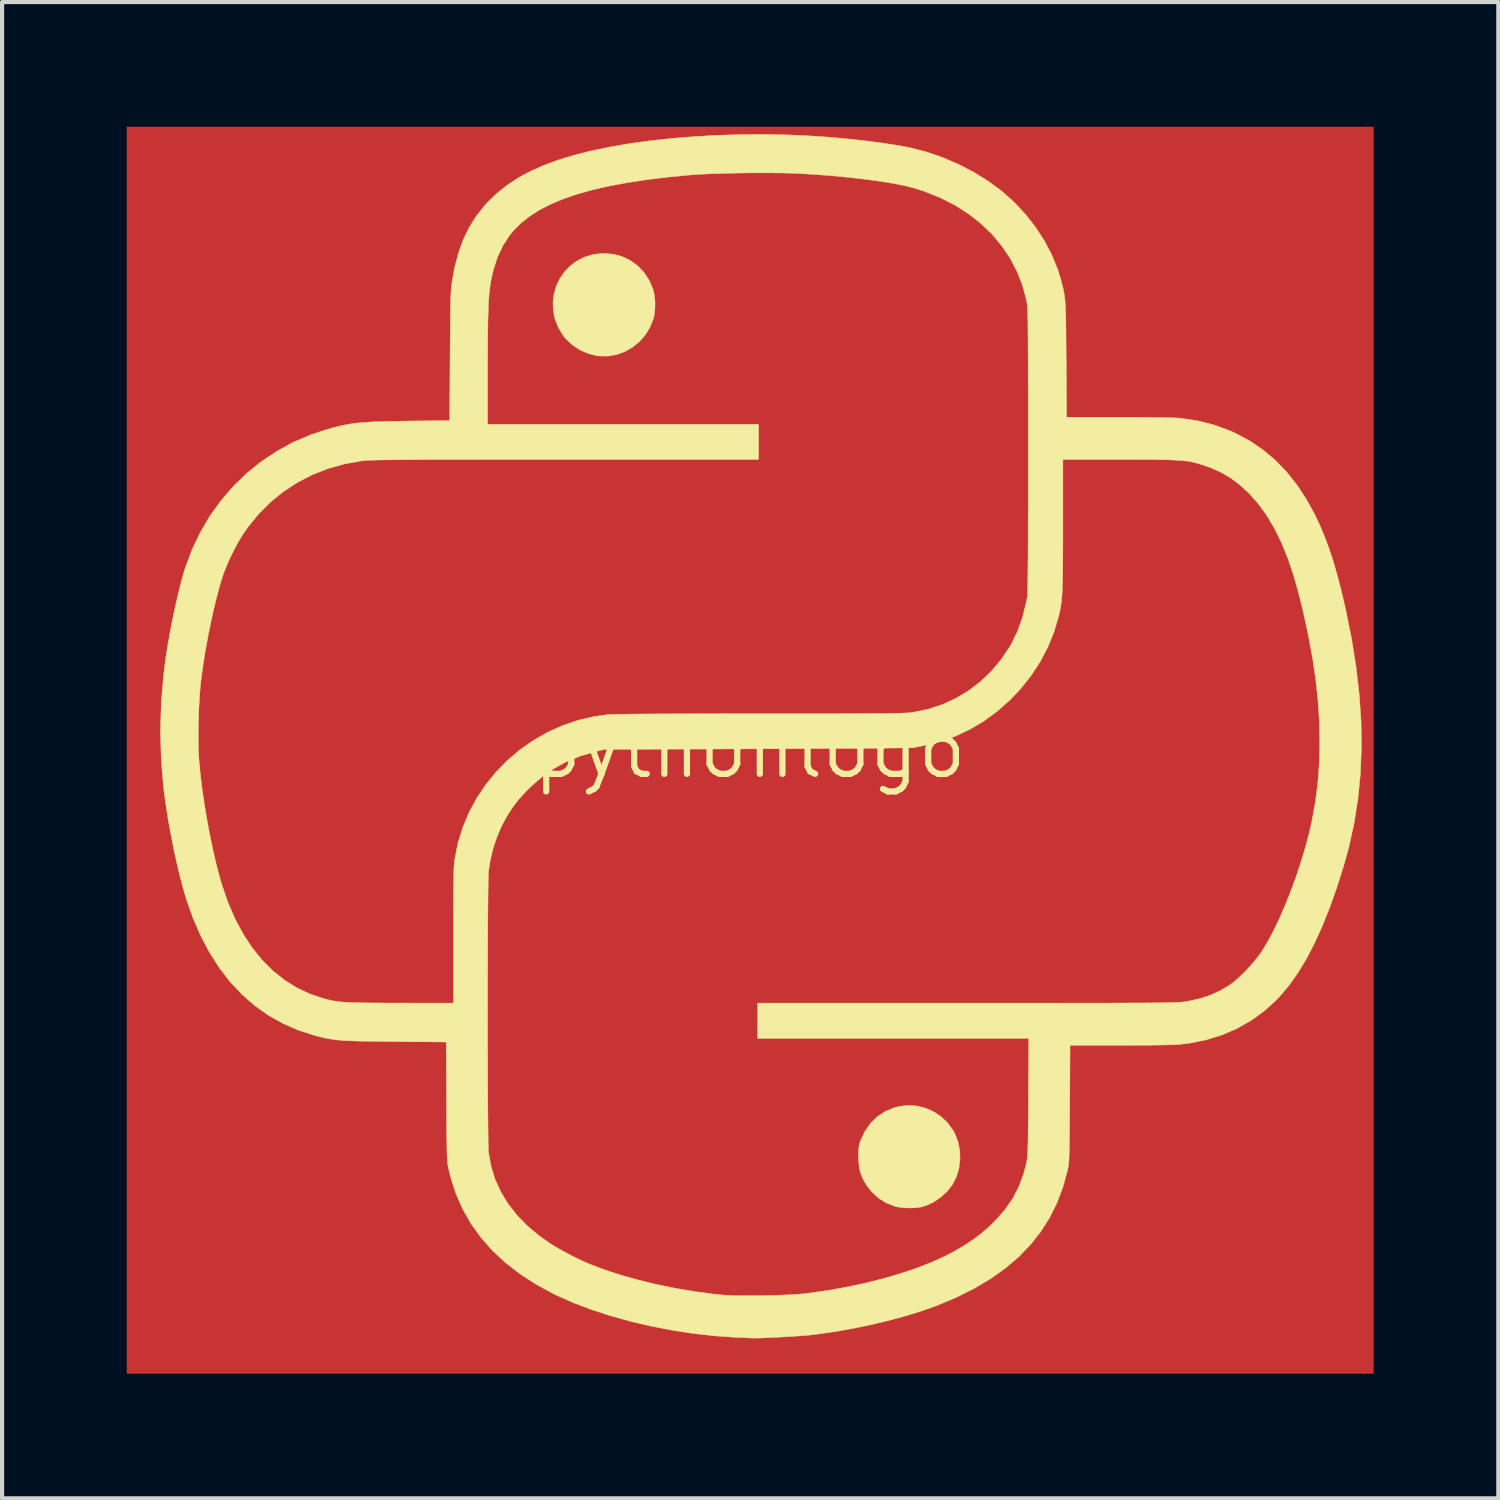
<source format=kicad_pcb>
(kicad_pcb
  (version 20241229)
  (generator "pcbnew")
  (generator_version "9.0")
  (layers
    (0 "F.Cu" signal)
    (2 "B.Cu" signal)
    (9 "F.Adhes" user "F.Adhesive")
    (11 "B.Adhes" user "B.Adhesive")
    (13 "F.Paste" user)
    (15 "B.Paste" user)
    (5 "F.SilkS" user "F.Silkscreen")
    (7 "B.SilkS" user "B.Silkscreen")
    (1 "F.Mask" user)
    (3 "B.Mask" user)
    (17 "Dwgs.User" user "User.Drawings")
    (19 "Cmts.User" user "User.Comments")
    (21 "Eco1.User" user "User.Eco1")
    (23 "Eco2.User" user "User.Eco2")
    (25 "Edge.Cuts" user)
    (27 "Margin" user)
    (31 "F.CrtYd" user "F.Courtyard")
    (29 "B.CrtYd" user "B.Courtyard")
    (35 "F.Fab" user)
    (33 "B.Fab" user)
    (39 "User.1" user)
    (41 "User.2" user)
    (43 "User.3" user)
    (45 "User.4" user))
  (footprint "pythonlogo"
    (layer "F.Cu")
    (at 14.991 14.991)
    (property "Reference" "pythonlogo" (at 0 0 0) (layer "F.SilkS") (effects (font (size 1.27 1.27) (thickness 0.15))))
    (attr through_hole)
    (fp_poly (pts (xy 15.007 15.007) (xy -14.986 15.007) (xy -14.986 -14.986) (xy 15.007 -14.986) (xy 15.007 15.007)) (stroke (width 0.01) (type solid)) (fill yes) (layer "F.Cu"))
    (fp_poly (pts (xy 9.171 -7.006) (xy 9.42 -7.005) (xy 9.633 -7.005) (xy 9.815 -7.003) (xy 9.968 -7.001) (xy 10.095 -6.998) (xy 10.201 -6.995) (xy 10.288 -6.991) (xy 10.36 -6.986) (xy 10.421 -6.98) (xy 10.471 -6.973) (xy 10.811 -6.903) (xy 11.132 -6.794) (xy 11.433 -6.649) (xy 11.714 -6.466) (xy 11.975 -6.246) (xy 12.215 -5.989) (xy 12.436 -5.695) (xy 12.538 -5.535) (xy 12.671 -5.299) (xy 12.795 -5.046) (xy 12.91 -4.773) (xy 13.02 -4.474) (xy 13.124 -4.147) (xy 13.224 -3.786) (xy 13.323 -3.388) (xy 13.336 -3.332) (xy 13.437 -2.874) (xy 13.522 -2.446) (xy 13.591 -2.042) (xy 13.645 -1.653) (xy 13.685 -1.272) (xy 13.713 -0.892) (xy 13.729 -0.505) (xy 13.731 -0.423) (xy 13.732 0.026) (xy 13.716 0.457) (xy 13.681 0.876) (xy 13.627 1.288) (xy 13.551 1.7) (xy 13.453 2.118) (xy 13.333 2.549) (xy 13.187 3) (xy 13.016 3.475) (xy 12.985 3.556) (xy 12.818 3.967) (xy 12.644 4.337) (xy 12.461 4.668) (xy 12.27 4.961) (xy 12.068 5.218) (xy 11.855 5.439) (xy 11.629 5.627) (xy 11.389 5.783) (xy 11.133 5.907) (xy 10.869 6) (xy 10.827 6.013) (xy 10.789 6.024) (xy 10.752 6.035) (xy 10.714 6.044) (xy 10.675 6.053) (xy 10.633 6.061) (xy 10.585 6.069) (xy 10.53 6.076) (xy 10.467 6.082) (xy 10.394 6.087) (xy 10.309 6.092) (xy 10.211 6.096) (xy 10.097 6.1) (xy 9.967 6.103) (xy 9.818 6.106) (xy 9.65 6.108) (xy 9.459 6.11) (xy 9.245 6.112) (xy 9.006 6.113) (xy 8.74 6.114) (xy 8.446 6.115) (xy 8.121 6.116) (xy 7.765 6.116) (xy 7.376 6.116) (xy 6.951 6.117) (xy 6.49 6.117) (xy 5.99 6.117) (xy 5.451 6.117) (xy 5.233 6.117) (xy 0.212 6.117) (xy 0.212 6.921) (xy 6.734 6.921) (xy 6.725 8.345) (xy 6.724 8.626) (xy 6.722 8.868) (xy 6.721 9.075) (xy 6.719 9.25) (xy 6.717 9.396) (xy 6.714 9.517) (xy 6.711 9.616) (xy 6.708 9.697) (xy 6.703 9.763) (xy 6.698 9.818) (xy 6.692 9.864) (xy 6.685 9.906) (xy 6.677 9.947) (xy 6.671 9.975) (xy 6.579 10.298) (xy 6.452 10.604) (xy 6.291 10.893) (xy 6.094 11.164) (xy 5.862 11.418) (xy 5.593 11.656) (xy 5.288 11.877) (xy 4.945 12.083) (xy 4.565 12.273) (xy 4.147 12.447) (xy 3.69 12.607) (xy 3.195 12.752) (xy 2.66 12.882) (xy 2.434 12.93) (xy 2.113 12.993) (xy 1.818 13.044) (xy 1.538 13.084) (xy 1.262 13.114) (xy 0.978 13.134) (xy 0.676 13.148) (xy 0.345 13.155) (xy 0.307 13.155) (xy 0.138 13.156) (xy -0.02 13.157) (xy -0.162 13.157) (xy -0.281 13.157) (xy -0.372 13.156) (xy -0.43 13.154) (xy -0.445 13.153) (xy -0.494 13.148) (xy -0.575 13.141) (xy -0.676 13.132) (xy -0.783 13.123) (xy -1.148 13.083) (xy -1.532 13.027) (xy -1.927 12.954) (xy -2.326 12.868) (xy -2.72 12.769) (xy -3.101 12.661) (xy -3.462 12.545) (xy -3.794 12.423) (xy -4.006 12.334) (xy -4.412 12.138) (xy -4.779 11.925) (xy -5.108 11.694) (xy -5.398 11.447) (xy -5.65 11.182) (xy -5.863 10.901) (xy -6.037 10.602) (xy -6.172 10.287) (xy -6.268 9.959) (xy -6.317 9.747) (xy -6.317 9.706) (xy 2.631 9.706) (xy 2.634 9.922) (xy 2.677 10.132) (xy 2.755 10.33) (xy 2.865 10.512) (xy 3.004 10.673) (xy 3.17 10.809) (xy 3.358 10.914) (xy 3.527 10.974) (xy 3.63 10.993) (xy 3.759 11.003) (xy 3.896 11.003) (xy 4.027 10.993) (xy 4.135 10.975) (xy 4.137 10.974) (xy 4.342 10.9) (xy 4.528 10.791) (xy 4.691 10.652) (xy 4.827 10.488) (xy 4.933 10.303) (xy 5.005 10.101) (xy 5.04 9.888) (xy 5.043 9.812) (xy 5.025 9.581) (xy 4.967 9.366) (xy 4.871 9.168) (xy 4.736 8.987) (xy 4.724 8.974) (xy 4.578 8.838) (xy 4.413 8.729) (xy 4.218 8.641) (xy 4.217 8.64) (xy 4.069 8.601) (xy 3.9 8.583) (xy 3.723 8.586) (xy 3.555 8.61) (xy 3.481 8.63) (xy 3.279 8.715) (xy 3.097 8.834) (xy 2.94 8.983) (xy 2.811 9.157) (xy 2.713 9.351) (xy 2.651 9.562) (xy 2.631 9.706) (xy -6.317 9.706) (xy -6.324 6.488) (xy -6.325 5.987) (xy -6.326 5.528) (xy -6.326 5.109) (xy -6.326 4.73) (xy -6.326 4.39) (xy -6.325 4.089) (xy -6.324 3.824) (xy -6.322 3.596) (xy -6.32 3.404) (xy -6.318 3.246) (xy -6.315 3.122) (xy -6.312 3.031) (xy -6.308 2.973) (xy -6.308 2.971) (xy -6.254 2.599) (xy -6.159 2.242) (xy -6.026 1.899) (xy -5.854 1.573) (xy -5.645 1.266) (xy -5.4 0.979) (xy -5.343 0.922) (xy -5.065 0.672) (xy -4.765 0.458) (xy -4.444 0.279) (xy -4.1 0.136) (xy -3.731 0.027) (xy -3.685 0.017) (xy -3.482 -0.03) (xy 0.201 -0.043) (xy 0.668 -0.045) (xy 1.095 -0.046) (xy 1.483 -0.047) (xy 1.835 -0.049) (xy 2.153 -0.05) (xy 2.438 -0.051) (xy 2.694 -0.053) (xy 2.921 -0.055) (xy 3.122 -0.057) (xy 3.299 -0.059) (xy 3.454 -0.062) (xy 3.588 -0.065) (xy 3.705 -0.069) (xy 3.805 -0.073) (xy 3.892 -0.078) (xy 3.966 -0.084) (xy 4.031 -0.09) (xy 4.087 -0.098) (xy 4.138 -0.106) (xy 4.184 -0.115) (xy 4.229 -0.125) (xy 4.274 -0.136) (xy 4.321 -0.148) (xy 4.372 -0.161) (xy 4.406 -0.17) (xy 4.792 -0.29) (xy 5.163 -0.449) (xy 5.517 -0.643) (xy 5.852 -0.872) (xy 6.164 -1.133) (xy 6.452 -1.423) (xy 6.711 -1.741) (xy 6.94 -2.083) (xy 7.114 -2.402) (xy 7.266 -2.757) (xy 7.389 -3.135) (xy 7.445 -3.361) (xy 7.501 -3.609) (xy 7.516 -7.006) (xy 8.883 -7.006) (xy 9.171 -7.006)) (stroke (width 0.01) (type solid)) (fill yes) (layer "F.Mask"))
    (fp_poly (pts (xy -3.286 -11.925) (xy -3.072 -11.868) (xy -2.876 -11.774) (xy -2.701 -11.648) (xy -2.55 -11.491) (xy -2.426 -11.305) (xy -2.334 -11.095) (xy -2.316 -11.038) (xy -2.291 -10.912) (xy -2.279 -10.763) (xy -2.282 -10.608) (xy -2.297 -10.465) (xy -2.316 -10.382) (xy -2.398 -10.174) (xy -2.511 -9.987) (xy -2.652 -9.824) (xy -2.817 -9.689) (xy -3.001 -9.583) (xy -3.199 -9.51) (xy -3.408 -9.473) (xy -3.622 -9.475) (xy -3.68 -9.482) (xy -3.888 -9.534) (xy -4.087 -9.622) (xy -4.268 -9.741) (xy -4.423 -9.886) (xy -4.487 -9.964) (xy -4.605 -10.156) (xy -4.685 -10.356) (xy -4.728 -10.559) (xy -4.736 -10.762) (xy -4.712 -10.961) (xy -4.657 -11.152) (xy -4.573 -11.331) (xy -4.461 -11.494) (xy -4.324 -11.638) (xy -4.164 -11.759) (xy -3.983 -11.853) (xy -3.782 -11.915) (xy -3.563 -11.943) (xy -3.514 -11.944) (xy -3.286 -11.925)) (stroke (width 0.01) (type solid)) (fill yes) (layer "F.SilkS"))
    (fp_poly (pts (xy 4.026 8.572) (xy 4.233 8.624) (xy 4.428 8.711) (xy 4.606 8.83) (xy 4.761 8.978) (xy 4.89 9.153) (xy 4.932 9.229) (xy 5.01 9.429) (xy 5.053 9.642) (xy 5.06 9.859) (xy 5.032 10.075) (xy 4.97 10.28) (xy 4.873 10.467) (xy 4.872 10.469) (xy 4.75 10.625) (xy 4.599 10.764) (xy 4.43 10.879) (xy 4.251 10.964) (xy 4.111 11.005) (xy 3.989 11.021) (xy 3.847 11.026) (xy 3.703 11.02) (xy 3.572 11.004) (xy 3.503 10.988) (xy 3.289 10.906) (xy 3.099 10.789) (xy 2.934 10.637) (xy 2.816 10.486) (xy 2.729 10.339) (xy 2.669 10.196) (xy 2.633 10.046) (xy 2.617 9.875) (xy 2.616 9.779) (xy 2.618 9.663) (xy 2.624 9.576) (xy 2.636 9.506) (xy 2.655 9.438) (xy 2.671 9.393) (xy 2.774 9.177) (xy 2.906 8.989) (xy 3.065 8.833) (xy 3.25 8.708) (xy 3.457 8.619) (xy 3.598 8.581) (xy 3.813 8.556) (xy 4.026 8.572)) (stroke (width 0.01) (type solid)) (fill yes) (layer "F.SilkS"))
    (fp_poly (pts (xy 0.913 -14.796) (xy 1.474 -14.77) (xy 1.883 -14.742) (xy 2.211 -14.713) (xy 2.537 -14.68) (xy 2.856 -14.643) (xy 3.16 -14.603) (xy 3.441 -14.562) (xy 3.693 -14.519) (xy 3.863 -14.486) (xy 4.247 -14.387) (xy 4.636 -14.254) (xy 5.019 -14.089) (xy 5.388 -13.898) (xy 5.736 -13.683) (xy 6.053 -13.45) (xy 6.068 -13.438) (xy 6.364 -13.173) (xy 6.635 -12.883) (xy 6.878 -12.572) (xy 7.09 -12.245) (xy 7.268 -11.907) (xy 7.408 -11.561) (xy 7.483 -11.319) (xy 7.506 -11.231) (xy 7.526 -11.152) (xy 7.544 -11.08) (xy 7.558 -11.011) (xy 7.57 -10.94) (xy 7.58 -10.864) (xy 7.588 -10.779) (xy 7.595 -10.681) (xy 7.6 -10.566) (xy 7.603 -10.432) (xy 7.606 -10.273) (xy 7.609 -10.086) (xy 7.61 -9.867) (xy 7.612 -9.612) (xy 7.614 -9.393) (xy 7.623 -8.001) (xy 8.879 -8.001) (xy 9.119 -8.001) (xy 9.351 -8) (xy 9.57 -7.998) (xy 9.772 -7.996) (xy 9.952 -7.993) (xy 10.106 -7.99) (xy 10.229 -7.986) (xy 10.317 -7.982) (xy 10.354 -7.979) (xy 10.763 -7.919) (xy 11.154 -7.822) (xy 11.526 -7.688) (xy 11.7 -7.61) (xy 12.042 -7.425) (xy 12.358 -7.21) (xy 12.65 -6.963) (xy 12.919 -6.684) (xy 13.168 -6.37) (xy 13.397 -6.02) (xy 13.588 -5.673) (xy 13.713 -5.41) (xy 13.83 -5.134) (xy 13.939 -4.841) (xy 14.043 -4.525) (xy 14.142 -4.181) (xy 14.239 -3.804) (xy 14.336 -3.391) (xy 14.339 -3.376) (xy 14.482 -2.665) (xy 14.591 -1.977) (xy 14.667 -1.312) (xy 14.71 -0.666) (xy 14.718 -0.038) (xy 14.693 0.574) (xy 14.635 1.173) (xy 14.543 1.759) (xy 14.417 2.336) (xy 14.287 2.807) (xy 14.12 3.331) (xy 13.948 3.814) (xy 13.77 4.257) (xy 13.586 4.661) (xy 13.395 5.028) (xy 13.196 5.357) (xy 12.99 5.651) (xy 12.774 5.911) (xy 12.658 6.033) (xy 12.369 6.293) (xy 12.057 6.518) (xy 11.723 6.707) (xy 11.366 6.861) (xy 10.989 6.978) (xy 10.592 7.059) (xy 10.34 7.09) (xy 10.274 7.094) (xy 10.171 7.098) (xy 10.034 7.102) (xy 9.87 7.105) (xy 9.682 7.108) (xy 9.475 7.11) (xy 9.254 7.111) (xy 9.025 7.112) (xy 8.907 7.112) (xy 7.707 7.112) (xy 7.699 8.514) (xy 7.698 8.793) (xy 7.696 9.033) (xy 7.694 9.237) (xy 7.693 9.41) (xy 7.691 9.554) (xy 7.688 9.673) (xy 7.685 9.77) (xy 7.682 9.85) (xy 7.677 9.915) (xy 7.672 9.969) (xy 7.666 10.015) (xy 7.659 10.057) (xy 7.65 10.099) (xy 7.644 10.126) (xy 7.534 10.527) (xy 7.391 10.905) (xy 7.214 11.26) (xy 7.002 11.594) (xy 6.755 11.907) (xy 6.473 12.2) (xy 6.154 12.472) (xy 5.799 12.725) (xy 5.407 12.958) (xy 4.977 13.174) (xy 4.516 13.368) (xy 4.182 13.488) (xy 3.813 13.604) (xy 3.42 13.713) (xy 3.008 13.814) (xy 2.589 13.904) (xy 2.169 13.981) (xy 1.756 14.044) (xy 1.408 14.087) (xy 1.315 14.095) (xy 1.195 14.104) (xy 1.055 14.114) (xy 0.902 14.123) (xy 0.744 14.132) (xy 0.586 14.14) (xy 0.437 14.147) (xy 0.304 14.153) (xy 0.193 14.156) (xy 0.112 14.158) (xy 0.074 14.157) (xy 0.04 14.155) (xy -0.029 14.152) (xy -0.125 14.147) (xy -0.239 14.142) (xy -0.339 14.138) (xy -0.84 14.104) (xy -1.349 14.047) (xy -1.861 13.969) (xy -2.369 13.871) (xy -2.867 13.754) (xy -3.35 13.62) (xy -3.811 13.47) (xy -4.244 13.306) (xy -4.644 13.128) (xy -4.728 13.087) (xy -5.151 12.857) (xy -5.537 12.606) (xy -5.885 12.336) (xy -6.196 12.045) (xy -6.47 11.734) (xy -6.708 11.403) (xy -6.908 11.051) (xy -7.071 10.679) (xy -7.198 10.286) (xy -7.242 10.107) (xy -7.251 10.064) (xy -7.259 10.023) (xy -7.266 9.98) (xy -7.272 9.931) (xy -7.277 9.874) (xy -7.281 9.805) (xy -7.284 9.72) (xy -7.287 9.615) (xy -7.289 9.489) (xy -7.291 9.336) (xy -7.293 9.154) (xy -7.294 8.94) (xy -7.296 8.689) (xy -7.297 8.464) (xy -7.305 7.032) (xy -8.537 7.022) (xy -8.819 7.019) (xy -9.064 7.016) (xy -9.274 7.013) (xy -9.454 7.009) (xy -9.609 7.004) (xy -9.743 6.998) (xy -9.858 6.989) (xy -9.961 6.979) (xy -10.055 6.966) (xy -10.143 6.951) (xy -10.231 6.933) (xy -10.322 6.911) (xy -10.421 6.886) (xy -10.456 6.877) (xy -10.852 6.751) (xy -11.226 6.589) (xy -11.404 6.489) (xy -6.309 6.489) (xy -6.308 6.824) (xy -6.308 7.153) (xy -6.307 7.476) (xy -6.306 7.788) (xy -6.305 8.086) (xy -6.304 8.369) (xy -6.302 8.632) (xy -6.3 8.873) (xy -6.298 9.089) (xy -6.296 9.277) (xy -6.294 9.434) (xy -6.291 9.557) (xy -6.288 9.644) (xy -6.285 9.688) (xy -6.227 10.017) (xy -6.13 10.333) (xy -5.992 10.637) (xy -5.816 10.926) (xy -5.601 11.201) (xy -5.349 11.46) (xy -5.06 11.702) (xy -4.799 11.884) (xy -4.666 11.966) (xy -4.507 12.056) (xy -4.333 12.149) (xy -4.156 12.239) (xy -3.99 12.318) (xy -3.863 12.373) (xy -3.501 12.511) (xy -3.105 12.64) (xy -2.684 12.759) (xy -2.243 12.865) (xy -1.792 12.958) (xy -1.338 13.035) (xy -0.889 13.095) (xy -0.603 13.123) (xy -0.477 13.131) (xy -0.317 13.136) (xy -0.129 13.138) (xy 0.076 13.138) (xy 0.293 13.135) (xy 0.514 13.13) (xy 0.729 13.123) (xy 0.932 13.115) (xy 1.115 13.104) (xy 1.27 13.092) (xy 1.358 13.083) (xy 1.839 13.016) (xy 2.312 12.933) (xy 2.773 12.835) (xy 3.216 12.724) (xy 3.638 12.6) (xy 4.034 12.466) (xy 4.4 12.322) (xy 4.73 12.17) (xy 4.899 12.081) (xy 5.152 11.934) (xy 5.373 11.789) (xy 5.572 11.639) (xy 5.759 11.476) (xy 5.94 11.297) (xy 6.156 11.047) (xy 6.333 10.789) (xy 6.475 10.514) (xy 6.585 10.218) (xy 6.65 9.975) (xy 6.659 9.932) (xy 6.667 9.891) (xy 6.673 9.848) (xy 6.679 9.799) (xy 6.684 9.74) (xy 6.688 9.669) (xy 6.691 9.581) (xy 6.694 9.474) (xy 6.696 9.344) (xy 6.698 9.187) (xy 6.7 9) (xy 6.702 8.78) (xy 6.703 8.523) (xy 6.704 8.356) (xy 6.713 6.943) (xy 0.191 6.943) (xy 0.191 6.096) (xy 5.237 6.096) (xy 5.782 6.096) (xy 6.288 6.096) (xy 6.754 6.096) (xy 7.183 6.096) (xy 7.576 6.096) (xy 7.935 6.095) (xy 8.261 6.095) (xy 8.557 6.095) (xy 8.824 6.094) (xy 9.064 6.093) (xy 9.278 6.092) (xy 9.467 6.092) (xy 9.635 6.09) (xy 9.781 6.089) (xy 9.909 6.088) (xy 10.019 6.086) (xy 10.113 6.084) (xy 10.193 6.082) (xy 10.261 6.079) (xy 10.318 6.077) (xy 10.365 6.074) (xy 10.406 6.071) (xy 10.44 6.067) (xy 10.47 6.063) (xy 10.498 6.059) (xy 10.523 6.055) (xy 10.808 5.994) (xy 11.065 5.912) (xy 11.306 5.804) (xy 11.543 5.666) (xy 11.546 5.663) (xy 11.65 5.586) (xy 11.769 5.482) (xy 11.897 5.358) (xy 12.025 5.223) (xy 12.146 5.084) (xy 12.252 4.95) (xy 12.317 4.858) (xy 12.456 4.63) (xy 12.597 4.367) (xy 12.738 4.073) (xy 12.877 3.756) (xy 13.011 3.421) (xy 13.139 3.075) (xy 13.256 2.723) (xy 13.363 2.371) (xy 13.455 2.026) (xy 13.524 1.725) (xy 13.608 1.267) (xy 13.668 0.808) (xy 13.703 0.337) (xy 13.716 -0.158) (xy 13.716 -0.192) (xy 13.705 -0.677) (xy 13.674 -1.17) (xy 13.62 -1.677) (xy 13.543 -2.2) (xy 13.442 -2.746) (xy 13.318 -3.318) (xy 13.228 -3.688) (xy 13.098 -4.16) (xy 12.953 -4.592) (xy 12.793 -4.986) (xy 12.617 -5.342) (xy 12.426 -5.661) (xy 12.218 -5.943) (xy 12.013 -6.171) (xy 11.794 -6.373) (xy 11.574 -6.539) (xy 11.342 -6.675) (xy 11.089 -6.788) (xy 10.922 -6.846) (xy 10.84 -6.872) (xy 10.763 -6.895) (xy 10.687 -6.914) (xy 10.61 -6.931) (xy 10.527 -6.944) (xy 10.434 -6.956) (xy 10.329 -6.964) (xy 10.208 -6.971) (xy 10.066 -6.977) (xy 9.901 -6.98) (xy 9.708 -6.983) (xy 9.484 -6.984) (xy 9.225 -6.985) (xy 8.928 -6.985) (xy 8.893 -6.985) (xy 7.535 -6.985) (xy 7.535 -5.403) (xy 7.535 -5.086) (xy 7.534 -4.809) (xy 7.533 -4.567) (xy 7.532 -4.357) (xy 7.53 -4.176) (xy 7.526 -4.02) (xy 7.522 -3.886) (xy 7.516 -3.771) (xy 7.509 -3.671) (xy 7.501 -3.582) (xy 7.49 -3.502) (xy 7.478 -3.428) (xy 7.464 -3.354) (xy 7.447 -3.279) (xy 7.431 -3.209) (xy 7.32 -2.832) (xy 7.171 -2.468) (xy 6.988 -2.119) (xy 6.772 -1.789) (xy 6.527 -1.479) (xy 6.256 -1.192) (xy 5.96 -0.931) (xy 5.644 -0.698) (xy 5.308 -0.497) (xy 4.957 -0.33) (xy 4.593 -0.199) (xy 4.233 -0.11) (xy 4.134 -0.09) (xy 4.044 -0.072) (xy 3.976 -0.057) (xy 3.948 -0.051) (xy 3.92 -0.049) (xy 3.852 -0.047) (xy 3.746 -0.046) (xy 3.605 -0.044) (xy 3.43 -0.042) (xy 3.224 -0.039) (xy 2.988 -0.037) (xy 2.725 -0.035) (xy 2.438 -0.033) (xy 2.128 -0.031) (xy 1.798 -0.029) (xy 1.45 -0.028) (xy 1.085 -0.026) (xy 0.707 -0.024) (xy 0.317 -0.023) (xy 0.191 -0.022) (xy -3.503 -0.009) (xy -3.725 0.047) (xy -4.08 0.152) (xy -4.406 0.285) (xy -4.708 0.449) (xy -4.991 0.645) (xy -5.259 0.878) (xy -5.324 0.941) (xy -5.458 1.08) (xy -5.569 1.206) (xy -5.667 1.332) (xy -5.763 1.47) (xy -5.847 1.604) (xy -5.975 1.842) (xy -6.087 2.108) (xy -6.18 2.391) (xy -6.248 2.677) (xy -6.284 2.917) (xy -6.288 2.968) (xy -6.291 3.059) (xy -6.293 3.187) (xy -6.296 3.347) (xy -6.298 3.539) (xy -6.3 3.758) (xy -6.302 4.002) (xy -6.304 4.267) (xy -6.305 4.551) (xy -6.306 4.852) (xy -6.307 5.165) (xy -6.308 5.488) (xy -6.308 5.819) (xy -6.309 6.153) (xy -6.309 6.489) (xy -11.404 6.489) (xy -11.579 6.392) (xy -11.909 6.158) (xy -12.216 5.89) (xy -12.501 5.587) (xy -12.762 5.249) (xy -13 4.877) (xy -13.214 4.471) (xy -13.404 4.031) (xy -13.546 3.631) (xy -13.622 3.378) (xy -13.699 3.09) (xy -13.775 2.776) (xy -13.849 2.444) (xy -13.918 2.101) (xy -13.981 1.756) (xy -14.036 1.416) (xy -14.083 1.089) (xy -14.106 0.9) (xy -14.162 0.238) (xy -14.174 -0.225) (xy -13.269 -0.225) (xy -13.265 0.001) (xy -13.256 0.198) (xy -13.252 0.254) (xy -13.222 0.576) (xy -13.18 0.924) (xy -13.127 1.287) (xy -13.066 1.658) (xy -12.997 2.028) (xy -12.922 2.388) (xy -12.843 2.73) (xy -12.762 3.044) (xy -12.699 3.26) (xy -12.552 3.685) (xy -12.381 4.078) (xy -12.187 4.439) (xy -11.972 4.766) (xy -11.735 5.059) (xy -11.477 5.318) (xy -11.199 5.54) (xy -10.902 5.727) (xy -10.586 5.876) (xy -10.253 5.987) (xy -10.251 5.987) (xy -10.173 6.008) (xy -10.099 6.026) (xy -10.026 6.041) (xy -9.951 6.053) (xy -9.869 6.064) (xy -9.777 6.072) (xy -9.671 6.079) (xy -9.546 6.084) (xy -9.4 6.088) (xy -9.227 6.09) (xy -9.026 6.092) (xy -8.791 6.093) (xy -8.518 6.094) (xy -8.419 6.094) (xy -7.133 6.096) (xy -7.133 4.482) (xy -7.133 4.167) (xy -7.132 3.89) (xy -7.131 3.651) (xy -7.13 3.444) (xy -7.128 3.268) (xy -7.126 3.119) (xy -7.123 2.995) (xy -7.12 2.892) (xy -7.116 2.807) (xy -7.111 2.738) (xy -7.105 2.681) (xy -7.101 2.648) (xy -7.025 2.257) (xy -6.909 1.879) (xy -6.758 1.516) (xy -6.573 1.17) (xy -6.355 0.844) (xy -6.109 0.54) (xy -5.835 0.26) (xy -5.536 0.005) (xy -5.214 -0.221) (xy -4.873 -0.416) (xy -4.513 -0.58) (xy -4.138 -0.708) (xy -3.749 -0.799) (xy -3.42 -0.845) (xy -3.362 -0.849) (xy -3.262 -0.852) (xy -3.12 -0.855) (xy -2.937 -0.857) (xy -2.711 -0.86) (xy -2.445 -0.862) (xy -2.137 -0.863) (xy -1.789 -0.865) (xy -1.4 -0.866) (xy -0.97 -0.867) (xy -0.5 -0.868) (xy 0.009 -0.868) (xy 0.26 -0.868) (xy 0.715 -0.868) (xy 1.13 -0.868) (xy 1.506 -0.868) (xy 1.846 -0.869) (xy 2.151 -0.869) (xy 2.425 -0.87) (xy 2.667 -0.871) (xy 2.882 -0.872) (xy 3.069 -0.873) (xy 3.233 -0.874) (xy 3.374 -0.876) (xy 3.494 -0.878) (xy 3.596 -0.88) (xy 3.682 -0.883) (xy 3.753 -0.886) (xy 3.811 -0.889) (xy 3.859 -0.893) (xy 3.899 -0.897) (xy 3.93 -0.901) (xy 4.289 -0.975) (xy 4.633 -1.088) (xy 4.961 -1.238) (xy 5.269 -1.424) (xy 5.556 -1.644) (xy 5.818 -1.895) (xy 6.054 -2.177) (xy 6.26 -2.487) (xy 6.285 -2.529) (xy 6.438 -2.839) (xy 6.56 -3.177) (xy 6.652 -3.543) (xy 6.671 -3.641) (xy 6.675 -3.669) (xy 6.678 -3.711) (xy 6.681 -3.768) (xy 6.684 -3.841) (xy 6.687 -3.933) (xy 6.689 -4.046) (xy 6.691 -4.181) (xy 6.693 -4.34) (xy 6.694 -4.524) (xy 6.696 -4.737) (xy 6.697 -4.979) (xy 6.697 -5.252) (xy 6.698 -5.558) (xy 6.699 -5.899) (xy 6.699 -6.277) (xy 6.699 -6.693) (xy 6.699 -7.15) (xy 6.699 -7.207) (xy 6.699 -7.653) (xy 6.699 -8.059) (xy 6.699 -8.427) (xy 6.699 -8.758) (xy 6.698 -9.055) (xy 6.698 -9.32) (xy 6.697 -9.554) (xy 6.696 -9.761) (xy 6.695 -9.942) (xy 6.694 -10.098) (xy 6.693 -10.233) (xy 6.691 -10.347) (xy 6.689 -10.444) (xy 6.686 -10.524) (xy 6.684 -10.591) (xy 6.68 -10.646) (xy 6.677 -10.691) (xy 6.673 -10.728) (xy 6.669 -10.76) (xy 6.664 -10.788) (xy 6.661 -10.805) (xy 6.567 -11.161) (xy 6.435 -11.501) (xy 6.267 -11.823) (xy 6.064 -12.125) (xy 5.828 -12.406) (xy 5.56 -12.665) (xy 5.262 -12.898) (xy 4.935 -13.106) (xy 4.581 -13.286) (xy 4.201 -13.438) (xy 3.956 -13.515) (xy 3.765 -13.564) (xy 3.536 -13.612) (xy 3.274 -13.657) (xy 2.983 -13.701) (xy 2.668 -13.741) (xy 2.333 -13.778) (xy 1.984 -13.811) (xy 1.623 -13.839) (xy 1.257 -13.862) (xy 1.185 -13.866) (xy 1.007 -13.873) (xy 0.798 -13.878) (xy 0.563 -13.881) (xy 0.311 -13.882) (xy 0.048 -13.881) (xy -0.218 -13.878) (xy -0.48 -13.873) (xy -0.731 -13.866) (xy -0.963 -13.858) (xy -1.171 -13.849) (xy -1.345 -13.838) (xy -1.397 -13.834) (xy -1.955 -13.781) (xy -2.473 -13.718) (xy -2.952 -13.645) (xy -3.393 -13.563) (xy -3.796 -13.47) (xy -4.164 -13.366) (xy -4.498 -13.251) (xy -4.797 -13.125) (xy -5.064 -12.987) (xy -5.3 -12.836) (xy -5.506 -12.673) (xy -5.682 -12.497) (xy -5.78 -12.378) (xy -5.938 -12.134) (xy -6.068 -11.86) (xy -6.168 -11.557) (xy -6.233 -11.266) (xy -6.247 -11.172) (xy -6.26 -11.072) (xy -6.271 -10.963) (xy -6.28 -10.84) (xy -6.288 -10.701) (xy -6.294 -10.541) (xy -6.299 -10.359) (xy -6.303 -10.149) (xy -6.305 -9.909) (xy -6.307 -9.635) (xy -6.308 -9.324) (xy -6.308 -9.17) (xy -6.308 -7.832) (xy 0.212 -7.832) (xy 0.212 -6.985) (xy -4.432 -6.985) (xy -4.961 -6.985) (xy -5.449 -6.985) (xy -5.898 -6.985) (xy -6.31 -6.985) (xy -6.687 -6.984) (xy -7.029 -6.984) (xy -7.34 -6.983) (xy -7.62 -6.983) (xy -7.872 -6.982) (xy -8.097 -6.981) (xy -8.297 -6.98) (xy -8.473 -6.978) (xy -8.627 -6.977) (xy -8.762 -6.975) (xy -8.878 -6.973) (xy -8.977 -6.971) (xy -9.061 -6.969) (xy -9.133 -6.966) (xy -9.193 -6.964) (xy -9.243 -6.96) (xy -9.285 -6.957) (xy -9.321 -6.953) (xy -9.338 -6.951) (xy -9.751 -6.877) (xy -10.148 -6.766) (xy -10.526 -6.618) (xy -10.883 -6.434) (xy -11.218 -6.215) (xy -11.529 -5.963) (xy -11.814 -5.679) (xy -12.072 -5.363) (xy -12.207 -5.168) (xy -12.311 -4.996) (xy -12.417 -4.798) (xy -12.518 -4.589) (xy -12.607 -4.382) (xy -12.653 -4.265) (xy -12.715 -4.078) (xy -12.78 -3.856) (xy -12.845 -3.604) (xy -12.911 -3.329) (xy -12.974 -3.037) (xy -13.035 -2.735) (xy -13.091 -2.429) (xy -13.141 -2.126) (xy -13.184 -1.831) (xy -13.21 -1.628) (xy -13.228 -1.438) (xy -13.244 -1.218) (xy -13.256 -0.976) (xy -13.264 -0.724) (xy -13.269 -0.47) (xy -13.269 -0.225) (xy -14.174 -0.225) (xy -14.18 -0.435) (xy -14.162 -1.114) (xy -14.106 -1.79) (xy -14.052 -2.212) (xy -14.012 -2.472) (xy -13.964 -2.745) (xy -13.911 -3.026) (xy -13.853 -3.305) (xy -13.794 -3.577) (xy -13.733 -3.834) (xy -13.674 -4.068) (xy -13.616 -4.273) (xy -13.578 -4.395) (xy -13.414 -4.83) (xy -13.215 -5.244) (xy -12.983 -5.634) (xy -12.72 -6) (xy -12.428 -6.338) (xy -12.107 -6.649) (xy -11.761 -6.929) (xy -11.391 -7.177) (xy -10.999 -7.392) (xy -10.586 -7.571) (xy -10.187 -7.704) (xy -10.041 -7.745) (xy -9.906 -7.78) (xy -9.778 -7.809) (xy -9.651 -7.833) (xy -9.52 -7.853) (xy -9.38 -7.869) (xy -9.226 -7.881) (xy -9.053 -7.891) (xy -8.856 -7.898) (xy -8.629 -7.904) (xy -8.368 -7.908) (xy -8.209 -7.91) (xy -7.221 -7.922) (xy -7.212 -9.459) (xy -7.21 -9.762) (xy -7.208 -10.025) (xy -7.206 -10.253) (xy -7.204 -10.448) (xy -7.201 -10.614) (xy -7.199 -10.755) (xy -7.195 -10.872) (xy -7.191 -10.97) (xy -7.187 -11.052) (xy -7.181 -11.122) (xy -7.175 -11.181) (xy -7.168 -11.235) (xy -7.167 -11.239) (xy -7.098 -11.62) (xy -7.006 -11.966) (xy -6.89 -12.284) (xy -6.748 -12.574) (xy -6.579 -12.843) (xy -6.381 -13.092) (xy -6.292 -13.189) (xy -6.065 -13.405) (xy -5.82 -13.599) (xy -5.553 -13.773) (xy -5.258 -13.931) (xy -4.93 -14.074) (xy -4.61 -14.191) (xy -4.231 -14.307) (xy -3.816 -14.411) (xy -3.368 -14.504) (xy -2.891 -14.586) (xy -2.389 -14.655) (xy -1.867 -14.712) (xy -1.328 -14.755) (xy -0.776 -14.786) (xy -0.216 -14.803) (xy 0.348 -14.807) (xy 0.913 -14.796)) (stroke (width 0.01) (type solid)) (fill yes) (layer "F.SilkS")))
  (gr_rect
    (start -3 -3)
    (end 33.003 33.003)
    (stroke (width 0.1) (type default))
    (fill no)
    (layer "Edge.Cuts")))
</source>
